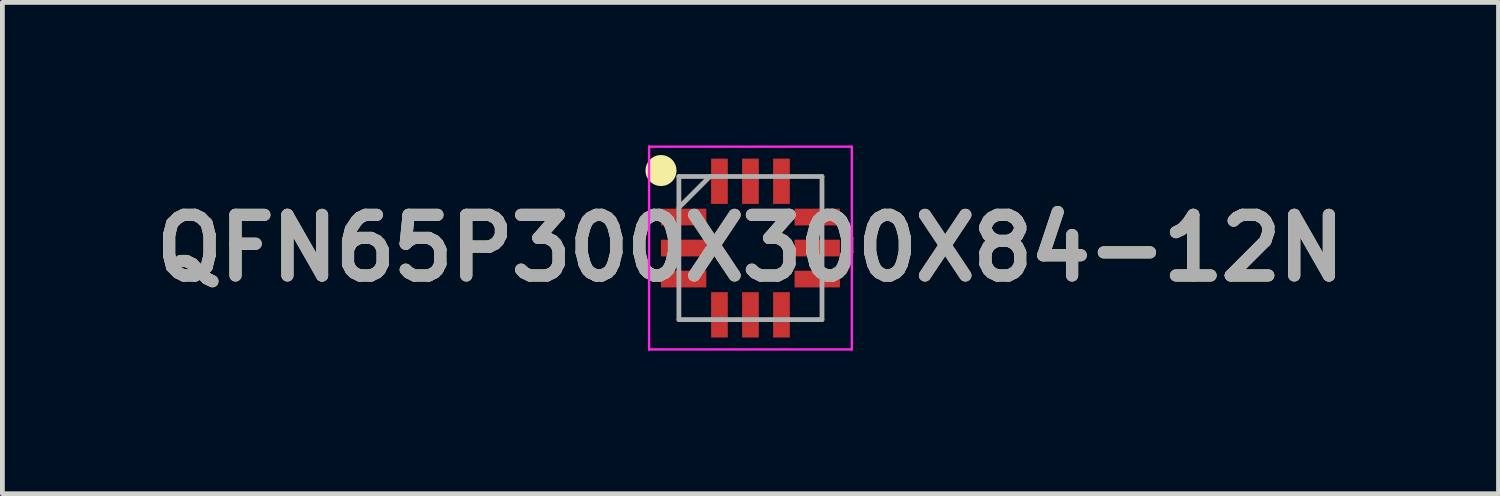
<source format=kicad_pcb>
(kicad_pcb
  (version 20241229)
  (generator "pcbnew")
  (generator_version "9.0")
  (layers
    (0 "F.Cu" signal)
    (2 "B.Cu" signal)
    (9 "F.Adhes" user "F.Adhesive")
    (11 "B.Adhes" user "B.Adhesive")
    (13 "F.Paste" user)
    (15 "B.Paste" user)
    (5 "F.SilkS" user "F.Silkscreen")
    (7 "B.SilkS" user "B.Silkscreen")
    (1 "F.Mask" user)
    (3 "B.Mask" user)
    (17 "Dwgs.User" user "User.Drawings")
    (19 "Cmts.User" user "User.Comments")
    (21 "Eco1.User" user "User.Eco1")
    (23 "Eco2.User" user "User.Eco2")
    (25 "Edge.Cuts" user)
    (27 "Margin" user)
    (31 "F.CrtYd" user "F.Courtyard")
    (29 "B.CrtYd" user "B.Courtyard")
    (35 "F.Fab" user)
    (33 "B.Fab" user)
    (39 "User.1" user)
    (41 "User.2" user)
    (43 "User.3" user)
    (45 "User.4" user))
  (footprint "QFN65P300X300X84-12N"
    (layer "F.Cu")
    (at 12.682 2.15)
    (property "Reference" "QFN65P300X300X84-12N" (at 0 0 0) (layer "F.SilkS") (effects (font (size 1.27 1.27) (thickness 0.254))))
    (attr smd)
    (fp_circle (center -1.875 -1.625) (end -1.875 -1.462) (stroke (width 0.325) (type solid)) (fill no) (layer "F.SilkS"))
    (fp_line (start -2.125 -2.125) (end 2.125 -2.125) (stroke (width 0.05) (type solid)) (layer "F.CrtYd"))
    (fp_line (start -2.125 2.125) (end -2.125 -2.125) (stroke (width 0.05) (type solid)) (layer "F.CrtYd"))
    (fp_line (start 2.125 -2.125) (end 2.125 2.125) (stroke (width 0.05) (type solid)) (layer "F.CrtYd"))
    (fp_line (start 2.125 2.125) (end -2.125 2.125) (stroke (width 0.05) (type solid)) (layer "F.CrtYd"))
    (fp_line (start -1.5 -1.5) (end 1.5 -1.5) (stroke (width 0.1) (type solid)) (layer "F.Fab"))
    (fp_line (start -1.5 -0.85) (end -0.85 -1.5) (stroke (width 0.1) (type solid)) (layer "F.Fab"))
    (fp_line (start -1.5 1.5) (end -1.5 -1.5) (stroke (width 0.1) (type solid)) (layer "F.Fab"))
    (fp_line (start 1.5 -1.5) (end 1.5 1.5) (stroke (width 0.1) (type solid)) (layer "F.Fab"))
    (fp_line (start 1.5 1.5) (end -1.5 1.5) (stroke (width 0.1) (type solid)) (layer "F.Fab"))
    (fp_text user "${REFERENCE}" (at 0 0 0) (layer "F.Fab") (effects (font (size 1.27 1.27) (thickness 0.254))))
    (pad "1" smd rect (at -1.4 -0.65 90) (size 0.35 0.95) (layers "F.Cu" "F.Mask" "F.Paste"))
    (pad "2" smd rect (at -1.4 0 90) (size 0.35 0.95) (layers "F.Cu" "F.Mask" "F.Paste"))
    (pad "3" smd rect (at -1.4 0.65 90) (size 0.35 0.95) (layers "F.Cu" "F.Mask" "F.Paste"))
    (pad "4" smd rect (at -0.65 1.4) (size 0.35 0.95) (layers "F.Cu" "F.Mask" "F.Paste"))
    (pad "5" smd rect (at 0 1.4) (size 0.35 0.95) (layers "F.Cu" "F.Mask" "F.Paste"))
    (pad "6" smd rect (at 0.65 1.4) (size 0.35 0.95) (layers "F.Cu" "F.Mask" "F.Paste"))
    (pad "7" smd rect (at 1.4 0.65 90) (size 0.35 0.95) (layers "F.Cu" "F.Mask" "F.Paste"))
    (pad "8" smd rect (at 1.4 0 90) (size 0.35 0.95) (layers "F.Cu" "F.Mask" "F.Paste"))
    (pad "9" smd rect (at 1.4 -0.65 90) (size 0.35 0.95) (layers "F.Cu" "F.Mask" "F.Paste"))
    (pad "10" smd rect (at 0.65 -1.4) (size 0.35 0.95) (layers "F.Cu" "F.Mask" "F.Paste"))
    (pad "11" smd rect (at 0 -1.4) (size 0.35 0.95) (layers "F.Cu" "F.Mask" "F.Paste"))
    (pad "12" smd rect (at -0.65 -1.4) (size 0.35 0.95) (layers "F.Cu" "F.Mask" "F.Paste")))
  (gr_rect
    (start -3 -3)
    (end 28.364 7.3)
    (stroke (width 0.1) (type default))
    (fill no)
    (layer "Edge.Cuts")))
</source>
